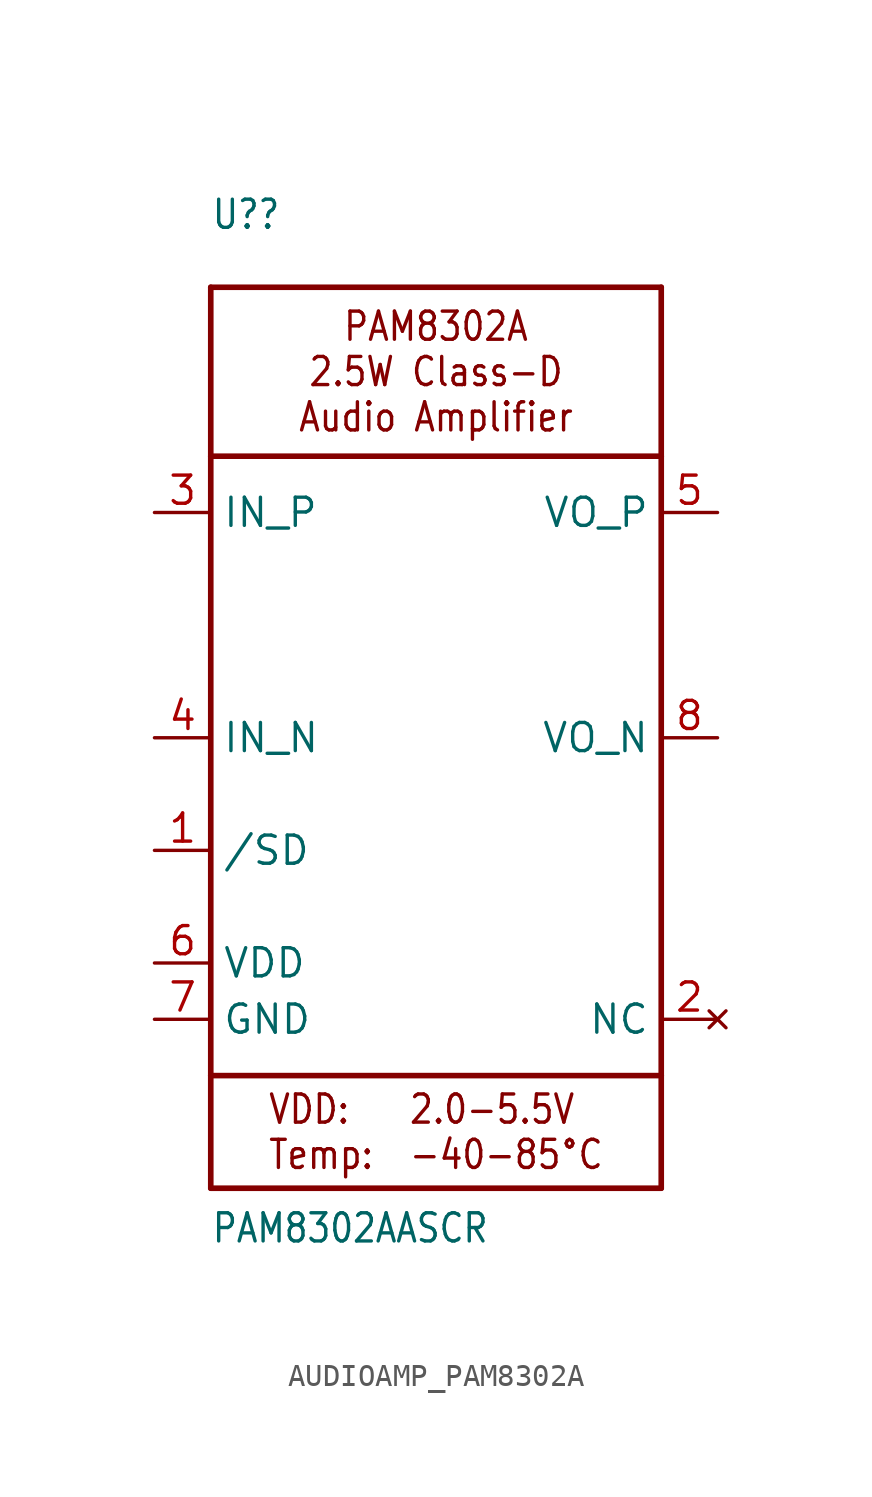
<source format=kicad_sym>
(kicad_symbol_lib
  (version 20220914)
  (generator kicad_symbol_editor)
  (symbol "AUDIOAMP_PAM8302A"
    (property "Reference" "U?"
      (at -10.16 22.86 0)
      (effects (font (size 1.27 1.079)) (justify left bottom)))
    (property "Value" "PAM8302AASCR"
      (at -10.16 -22.86 0)
      (effects (font (size 1.27 1.079)) (justify left bottom)))
    (property "LCSC" ""
      (at 0 0 0)
      (effects (font (size 1.27 1.27))))
    (property "ki_locked" ""
      (at 0 0 0)
      (effects (font (size 1.27 1.27))))
    (symbol "AUDIOAMP_PAM8302A_1_0"
      (polyline (pts (xy -10.16 -20.32) (xy 10.16 -20.32)) (stroke (width 0.254) (type solid)) (fill (type none)))
      (polyline (pts (xy -10.16 -15.24) (xy -10.16 -20.32)) (stroke (width 0.254) (type solid)) (fill (type none)))
      (polyline (pts (xy -10.16 -15.24) (xy -10.16 12.7)) (stroke (width 0.254) (type solid)) (fill (type none)))
      (polyline (pts (xy -10.16 12.7) (xy -10.16 20.32)) (stroke (width 0.254) (type solid)) (fill (type none)))
      (polyline (pts (xy -10.16 12.7) (xy 10.16 12.7)) (stroke (width 0.254) (type solid)) (fill (type none)))
      (polyline (pts (xy -10.16 20.32) (xy 10.16 20.32)) (stroke (width 0.254) (type solid)) (fill (type none)))
      (polyline (pts (xy 10.16 -20.32) (xy 10.16 -15.24)) (stroke (width 0.254) (type solid)) (fill (type none)))
      (polyline (pts (xy 10.16 -15.24) (xy -10.16 -15.24)) (stroke (width 0.254) (type solid)) (fill (type none)))
      (polyline (pts (xy 10.16 12.7) (xy 10.16 -15.24)) (stroke (width 0.254) (type solid)) (fill (type none)))
      (polyline (pts (xy 10.16 20.32) (xy 10.16 12.7)) (stroke (width 0.254) (type solid)) (fill (type none)))
      (text "2.0-5.5V\n-40-85°C" (at -1.27 -17.78 0) (effects (font (size 1.27 1.079)) (justify left)))
      (text "PAM8302A\n2.5W Class-D\nAudio Amplifier" (at 0 16.51 0) (effects (font (size 1.27 1.079))))
      (text "VDD:\nTemp:" (at -7.62 -17.78 0) (effects (font (size 1.27 1.079)) (justify left)))
      (pin input line (at -12.7 -5.08 0) (length 2.54) (name "/SD" (effects (font (size 1.27 1.27)))) (number "1" (effects (font (size 1.27 1.27)))))
      (pin no_connect line (at 12.7 -12.7 180) (length 2.54) (name "NC" (effects (font (size 1.27 1.27)))) (number "2" (effects (font (size 1.27 1.27)))))
      (pin input line (at -12.7 10.16 0) (length 2.54) (name "IN_P" (effects (font (size 1.27 1.27)))) (number "3" (effects (font (size 1.27 1.27)))))
      (pin input line (at -12.7 0 0) (length 2.54) (name "IN_N" (effects (font (size 1.27 1.27)))) (number "4" (effects (font (size 1.27 1.27)))))
      (pin output line (at 12.7 10.16 180) (length 2.54) (name "VO_P" (effects (font (size 1.27 1.27)))) (number "5" (effects (font (size 1.27 1.27)))))
      (pin power_in line (at -12.7 -10.16 0) (length 2.54) (name "VDD" (effects (font (size 1.27 1.27)))) (number "6" (effects (font (size 1.27 1.27)))))
      (pin power_in line (at -12.7 -12.7 0) (length 2.54) (name "GND" (effects (font (size 1.27 1.27)))) (number "7" (effects (font (size 1.27 1.27)))))
      (pin output line (at 12.7 0 180) (length 2.54) (name "VO_N" (effects (font (size 1.27 1.27)))) (number "8" (effects (font (size 1.27 1.27))))))))
</source>
